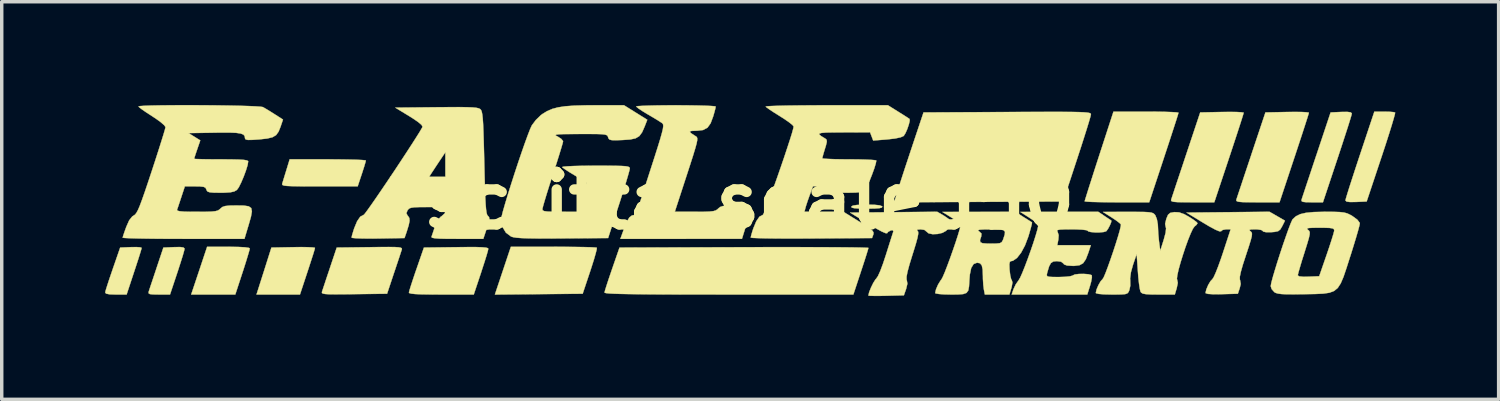
<source format=kicad_pcb>
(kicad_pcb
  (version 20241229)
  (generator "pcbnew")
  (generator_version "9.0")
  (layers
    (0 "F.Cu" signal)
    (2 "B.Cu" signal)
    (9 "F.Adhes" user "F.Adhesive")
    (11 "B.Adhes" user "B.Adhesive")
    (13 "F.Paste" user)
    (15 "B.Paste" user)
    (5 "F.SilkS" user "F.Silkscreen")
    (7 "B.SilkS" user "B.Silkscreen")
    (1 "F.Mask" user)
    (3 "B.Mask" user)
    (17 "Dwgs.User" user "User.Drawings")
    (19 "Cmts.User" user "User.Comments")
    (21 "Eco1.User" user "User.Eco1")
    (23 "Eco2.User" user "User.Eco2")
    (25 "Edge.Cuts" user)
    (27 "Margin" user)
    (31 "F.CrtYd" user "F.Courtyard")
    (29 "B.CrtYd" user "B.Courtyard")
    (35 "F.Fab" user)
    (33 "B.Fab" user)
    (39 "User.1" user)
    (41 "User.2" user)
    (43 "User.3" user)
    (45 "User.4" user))
  (footprint "scritta_scale550"
    (layer "F.Cu")
    (at 18.705 2.778)
    (property "Reference" "scritta_scale550" (at 0 0 0) (layer "F.SilkS") (effects (font (size 1.524 1.524) (thickness 0.3))))
    (attr through_hole)
    (fp_poly (pts (xy -14.835 1.343) (xy -14.636 1.354) (xy -14.525 1.371) (xy -14.501 1.388) (xy -14.515 1.448) (xy -14.553 1.578) (xy -14.609 1.762) (xy -14.679 1.983) (xy -14.711 2.081) (xy -14.922 2.725) (xy -16.203 2.725) (xy -15.971 2.032) (xy -15.74 1.339) (xy -15.121 1.339) (xy -14.835 1.343)) (stroke (width 0.01) (type solid)) (fill yes) (layer "F.SilkS"))
    (fp_poly (pts (xy -12.818 1.35) (xy -12.68 1.357) (xy -12.612 1.367) (xy -12.608 1.371) (xy -12.621 1.425) (xy -12.659 1.55) (xy -12.717 1.73) (xy -12.788 1.95) (xy -12.826 2.065) (xy -13.044 2.725) (xy -14.306 2.725) (xy -14.089 2.044) (xy -13.873 1.362) (xy -13.24 1.35) (xy -13.011 1.347) (xy -12.818 1.35)) (stroke (width 0.01) (type solid)) (fill yes) (layer "F.SilkS"))
    (fp_poly (pts (xy 3.646 0.12) (xy 3.79 0.135) (xy 3.86 0.161) (xy 3.868 0.173) (xy 3.853 0.201) (xy 3.781 0.218) (xy 3.639 0.228) (xy 3.417 0.231) (xy 3.195 0.228) (xy 3.053 0.218) (xy 2.981 0.201) (xy 2.967 0.173) (xy 3.013 0.143) (xy 3.131 0.124) (xy 3.33 0.116) (xy 3.417 0.115) (xy 3.646 0.12)) (stroke (width 0.01) (type solid)) (fill yes) (layer "F.SilkS"))
    (fp_poly (pts (xy -5.355 1.34) (xy -5.058 1.343) (xy -4.803 1.347) (xy -4.604 1.352) (xy -4.473 1.359) (xy -4.423 1.366) (xy -4.427 1.416) (xy -4.458 1.538) (xy -4.509 1.716) (xy -4.578 1.933) (xy -4.615 2.047) (xy -4.834 2.702) (xy -6.108 2.714) (xy -7.383 2.726) (xy -7.151 2.033) (xy -6.919 1.339) (xy -5.684 1.339) (xy -5.355 1.34)) (stroke (width 0.01) (type solid)) (fill yes) (layer "F.SilkS"))
    (fp_poly (pts (xy -17.685 1.354) (xy -17.641 1.37) (xy -17.641 1.37) (xy -17.655 1.424) (xy -17.693 1.55) (xy -17.75 1.73) (xy -17.822 1.95) (xy -17.86 2.065) (xy -18.078 2.725) (xy -18.391 2.725) (xy -18.573 2.719) (xy -18.674 2.699) (xy -18.7 2.667) (xy -18.685 2.604) (xy -18.644 2.472) (xy -18.584 2.288) (xy -18.509 2.068) (xy -18.481 1.986) (xy -18.265 1.362) (xy -17.953 1.349) (xy -17.797 1.347) (xy -17.685 1.354)) (stroke (width 0.01) (type solid)) (fill yes) (layer "F.SilkS"))
    (fp_poly (pts (xy -16.429 1.359) (xy -16.395 1.39) (xy -16.395 1.395) (xy -16.409 1.458) (xy -16.447 1.592) (xy -16.505 1.778) (xy -16.576 1.999) (xy -16.606 2.09) (xy -16.818 2.725) (xy -17.14 2.725) (xy -17.309 2.722) (xy -17.403 2.712) (xy -17.44 2.688) (xy -17.438 2.647) (xy -17.437 2.644) (xy -17.414 2.572) (xy -17.367 2.431) (xy -17.303 2.24) (xy -17.229 2.018) (xy -17.211 1.963) (xy -17.01 1.362) (xy -16.702 1.349) (xy -16.527 1.346) (xy -16.429 1.359)) (stroke (width 0.01) (type solid)) (fill yes) (layer "F.SilkS"))
    (fp_poly (pts (xy -11.928 -1.199) (xy -11.652 -1.195) (xy -11.422 -1.19) (xy -11.251 -1.182) (xy -11.151 -1.173) (xy -11.13 -1.166) (xy -11.144 -1.109) (xy -11.18 -0.988) (xy -11.232 -0.825) (xy -11.249 -0.774) (xy -11.368 -0.416) (xy -12.476 -0.416) (xy -12.824 -0.416) (xy -13.09 -0.418) (xy -13.285 -0.422) (xy -13.419 -0.428) (xy -13.503 -0.438) (xy -13.547 -0.453) (xy -13.562 -0.473) (xy -13.559 -0.496) (xy -13.533 -0.58) (xy -13.49 -0.721) (xy -13.438 -0.889) (xy -13.343 -1.201) (xy -12.236 -1.201) (xy -11.928 -1.199)) (stroke (width 0.01) (type solid)) (fill yes) (layer "F.SilkS"))
    (fp_poly (pts (xy 18.601 -2.582) (xy 18.715 -2.572) (xy 18.761 -2.56) (xy 18.753 -2.511) (xy 18.719 -2.386) (xy 18.663 -2.196) (xy 18.587 -1.952) (xy 18.495 -1.664) (xy 18.39 -1.345) (xy 18.36 -1.255) (xy 17.934 0.023) (xy 17.626 0.037) (xy 17.45 0.039) (xy 17.352 0.026) (xy 17.319 -0.004) (xy 17.318 -0.009) (xy 17.332 -0.067) (xy 17.372 -0.201) (xy 17.434 -0.399) (xy 17.515 -0.649) (xy 17.61 -0.941) (xy 17.716 -1.262) (xy 17.738 -1.328) (xy 18.157 -2.586) (xy 18.446 -2.586) (xy 18.601 -2.582)) (stroke (width 0.01) (type solid)) (fill yes) (layer "F.SilkS"))
    (fp_poly (pts (xy -7.931 1.347) (xy -7.757 1.353) (xy -7.646 1.363) (xy -7.588 1.378) (xy -7.574 1.396) (xy -7.588 1.459) (xy -7.626 1.592) (xy -7.684 1.778) (xy -7.756 1.999) (xy -7.785 2.09) (xy -7.997 2.725) (xy -8.94 2.725) (xy -9.274 2.723) (xy -9.525 2.719) (xy -9.701 2.711) (xy -9.813 2.699) (xy -9.869 2.683) (xy -9.88 2.667) (xy -9.864 2.604) (xy -9.823 2.472) (xy -9.763 2.288) (xy -9.689 2.068) (xy -9.66 1.986) (xy -9.444 1.362) (xy -8.509 1.35) (xy -8.179 1.347) (xy -7.931 1.347)) (stroke (width 0.01) (type solid)) (fill yes) (layer "F.SilkS"))
    (fp_poly (pts (xy 17.469 -2.566) (xy 17.503 -2.536) (xy 17.503 -2.531) (xy 17.489 -2.473) (xy 17.449 -2.339) (xy 17.387 -2.141) (xy 17.306 -1.891) (xy 17.211 -1.599) (xy 17.105 -1.278) (xy 17.083 -1.212) (xy 16.664 0.046) (xy 16.341 0.046) (xy 16.173 0.044) (xy 16.079 0.033) (xy 16.042 0.01) (xy 16.044 -0.032) (xy 16.045 -0.035) (xy 16.066 -0.098) (xy 16.112 -0.237) (xy 16.179 -0.44) (xy 16.264 -0.694) (xy 16.361 -0.987) (xy 16.468 -1.308) (xy 16.479 -1.339) (xy 16.887 -2.563) (xy 17.195 -2.577) (xy 17.371 -2.579) (xy 17.469 -2.566)) (stroke (width 0.01) (type solid)) (fill yes) (layer "F.SilkS"))
    (fp_poly (pts (xy 14.153 -2.576) (xy 14.291 -2.568) (xy 14.359 -2.558) (xy 14.363 -2.554) (xy 14.348 -2.503) (xy 14.309 -2.375) (xy 14.247 -2.182) (xy 14.167 -1.936) (xy 14.072 -1.647) (xy 13.966 -1.326) (xy 13.936 -1.236) (xy 13.509 0.046) (xy 12.871 0.046) (xy 12.617 0.045) (xy 12.441 0.042) (xy 12.331 0.033) (xy 12.273 0.018) (xy 12.254 -0.005) (xy 12.258 -0.035) (xy 12.279 -0.098) (xy 12.325 -0.237) (xy 12.392 -0.44) (xy 12.477 -0.694) (xy 12.575 -0.987) (xy 12.681 -1.307) (xy 12.692 -1.339) (xy 13.1 -2.563) (xy 13.731 -2.576) (xy 13.961 -2.578) (xy 14.153 -2.576)) (stroke (width 0.01) (type solid)) (fill yes) (layer "F.SilkS"))
    (fp_poly (pts (xy 16.046 -2.576) (xy 16.185 -2.568) (xy 16.252 -2.558) (xy 16.256 -2.554) (xy 16.242 -2.503) (xy 16.202 -2.375) (xy 16.14 -2.182) (xy 16.06 -1.936) (xy 15.965 -1.647) (xy 15.859 -1.326) (xy 15.829 -1.236) (xy 15.403 0.046) (xy 14.764 0.046) (xy 14.51 0.045) (xy 14.335 0.042) (xy 14.225 0.033) (xy 14.167 0.018) (xy 14.147 -0.005) (xy 14.151 -0.035) (xy 14.172 -0.098) (xy 14.218 -0.237) (xy 14.286 -0.44) (xy 14.37 -0.694) (xy 14.468 -0.987) (xy 14.575 -1.307) (xy 14.585 -1.339) (xy 14.994 -2.563) (xy 15.625 -2.576) (xy 15.854 -2.578) (xy 16.046 -2.576)) (stroke (width 0.01) (type solid)) (fill yes) (layer "F.SilkS"))
    (fp_poly (pts (xy -10.289 1.347) (xy -10.178 1.354) (xy -10.115 1.366) (xy -10.087 1.383) (xy -10.084 1.408) (xy -10.087 1.419) (xy -10.111 1.492) (xy -10.157 1.633) (xy -10.221 1.824) (xy -10.295 2.046) (xy -10.314 2.101) (xy -10.514 2.702) (xy -11.472 2.714) (xy -11.792 2.718) (xy -12.032 2.719) (xy -12.201 2.717) (xy -12.312 2.71) (xy -12.376 2.698) (xy -12.404 2.681) (xy -12.407 2.656) (xy -12.404 2.645) (xy -12.38 2.572) (xy -12.333 2.431) (xy -12.27 2.24) (xy -12.195 2.018) (xy -12.177 1.963) (xy -11.976 1.362) (xy -11.018 1.35) (xy -10.698 1.346) (xy -10.459 1.345) (xy -10.289 1.347)) (stroke (width 0.01) (type solid)) (fill yes) (layer "F.SilkS"))
    (fp_poly (pts (xy 9.162 -2.579) (xy 9.402 -2.577) (xy 9.586 -2.573) (xy 9.722 -2.567) (xy 9.816 -2.559) (xy 9.876 -2.549) (xy 9.91 -2.536) (xy 9.924 -2.521) (xy 9.926 -2.506) (xy 9.912 -2.442) (xy 9.872 -2.303) (xy 9.81 -2.1) (xy 9.73 -1.846) (xy 9.636 -1.553) (xy 9.531 -1.232) (xy 9.521 -1.201) (xy 9.118 0.023) (xy 4.21 0.047) (xy 4.321 -0.311) (xy 4.37 -0.466) (xy 4.442 -0.689) (xy 4.53 -0.959) (xy 4.629 -1.257) (xy 4.731 -1.564) (xy 4.748 -1.616) (xy 5.065 -2.563) (xy 7.497 -2.575) (xy 8.034 -2.578) (xy 8.485 -2.579) (xy 8.859 -2.58) (xy 9.162 -2.579)) (stroke (width 0.01) (type solid)) (fill yes) (layer "F.SilkS"))
    (fp_poly (pts (xy 11.809 -2.585) (xy 12.059 -2.581) (xy 12.261 -2.574) (xy 12.401 -2.566) (xy 12.466 -2.557) (xy 12.469 -2.554) (xy 12.455 -2.504) (xy 12.416 -2.377) (xy 12.354 -2.185) (xy 12.274 -1.939) (xy 12.18 -1.651) (xy 12.074 -1.33) (xy 12.044 -1.238) (xy 11.619 0.046) (xy 10.682 0.046) (xy 10.399 0.045) (xy 10.15 0.041) (xy 9.949 0.036) (xy 9.81 0.028) (xy 9.747 0.02) (xy 9.744 0.018) (xy 9.758 -0.031) (xy 9.797 -0.157) (xy 9.857 -0.349) (xy 9.936 -0.595) (xy 10.028 -0.884) (xy 10.132 -1.205) (xy 10.162 -1.298) (xy 10.581 -2.586) (xy 11.525 -2.586) (xy 11.809 -2.585)) (stroke (width 0.01) (type solid)) (fill yes) (layer "F.SilkS"))
    (fp_poly (pts (xy 1.466 1.349) (xy 1.932 1.35) (xy 2.348 1.352) (xy 2.71 1.354) (xy 3.008 1.357) (xy 3.238 1.361) (xy 3.391 1.366) (xy 3.46 1.37) (xy 3.464 1.372) (xy 3.45 1.425) (xy 3.412 1.55) (xy 3.355 1.73) (xy 3.283 1.949) (xy 3.245 2.065) (xy 3.027 2.725) (xy -0.588 2.725) (xy -1.276 2.724) (xy -1.876 2.724) (xy -2.395 2.722) (xy -2.836 2.72) (xy -3.205 2.716) (xy -3.508 2.712) (xy -3.748 2.707) (xy -3.931 2.701) (xy -4.063 2.694) (xy -4.148 2.685) (xy -4.191 2.675) (xy -4.199 2.667) (xy -4.184 2.604) (xy -4.143 2.472) (xy -4.083 2.288) (xy -4.008 2.068) (xy -3.98 1.986) (xy -3.764 1.362) (xy -0.15 1.351) (xy 0.419 1.349) (xy 0.96 1.349) (xy 1.466 1.349)) (stroke (width 0.01) (type solid)) (fill yes) (layer "F.SilkS"))
    (fp_poly (pts (xy 15.561 0.581) (xy 15.481 0.741) (xy 15.426 0.835) (xy 15.363 0.885) (xy 15.258 0.907) (xy 15.159 0.915) (xy 15.01 0.915) (xy 14.928 0.896) (xy 14.917 0.88) (xy 14.875 0.851) (xy 14.769 0.834) (xy 14.7 0.831) (xy 14.575 0.835) (xy 14.528 0.848) (xy 14.547 0.878) (xy 14.562 0.889) (xy 14.591 0.918) (xy 14.603 0.961) (xy 14.597 1.032) (xy 14.568 1.146) (xy 14.515 1.318) (xy 14.435 1.561) (xy 14.426 1.589) (xy 14.335 1.869) (xy 14.278 2.072) (xy 14.25 2.209) (xy 14.25 2.288) (xy 14.257 2.305) (xy 14.276 2.419) (xy 14.247 2.54) (xy 14.193 2.702) (xy 13.724 2.715) (xy 13.479 2.717) (xy 13.323 2.707) (xy 13.257 2.685) (xy 13.254 2.679) (xy 13.277 2.578) (xy 13.331 2.451) (xy 13.398 2.337) (xy 13.453 2.279) (xy 13.49 2.224) (xy 13.548 2.096) (xy 13.621 1.912) (xy 13.702 1.687) (xy 13.753 1.536) (xy 13.984 0.831) (xy 13.854 0.831) (xy 13.753 0.849) (xy 13.705 0.888) (xy 13.658 0.89) (xy 13.542 0.842) (xy 13.36 0.744) (xy 13.194 0.645) (xy 12.701 0.346) (xy 13.907 0.334) (xy 15.112 0.322) (xy 15.561 0.581)) (stroke (width 0.01) (type solid)) (fill yes) (layer "F.SilkS"))
    (fp_poly (pts (xy 5.667 0.442) (xy 5.801 0.535) (xy 5.848 0.609) (xy 5.845 0.631) (xy 5.821 0.717) (xy 5.819 0.741) (xy 5.788 0.799) (xy 5.718 0.876) (xy 5.613 0.934) (xy 5.474 0.967) (xy 5.33 0.973) (xy 5.213 0.949) (xy 5.156 0.901) (xy 5.09 0.848) (xy 4.978 0.832) (xy 4.883 0.84) (xy 4.878 0.865) (xy 4.889 0.873) (xy 4.91 0.904) (xy 4.91 0.968) (xy 4.889 1.079) (xy 4.843 1.248) (xy 4.769 1.489) (xy 4.743 1.571) (xy 4.655 1.857) (xy 4.599 2.066) (xy 4.572 2.207) (xy 4.572 2.288) (xy 4.578 2.304) (xy 4.596 2.41) (xy 4.559 2.563) (xy 4.494 2.748) (xy 3.979 2.761) (xy 3.773 2.765) (xy 3.606 2.764) (xy 3.497 2.761) (xy 3.464 2.755) (xy 3.485 2.66) (xy 3.538 2.526) (xy 3.605 2.389) (xy 3.669 2.287) (xy 3.692 2.263) (xy 3.742 2.189) (xy 3.81 2.039) (xy 3.889 1.827) (xy 3.974 1.57) (xy 4.046 1.341) (xy 4.109 1.142) (xy 4.157 0.991) (xy 4.185 0.904) (xy 4.189 0.892) (xy 4.174 0.857) (xy 4.116 0.862) (xy 4.034 0.907) (xy 4.009 0.944) (xy 3.966 0.944) (xy 3.855 0.897) (xy 3.685 0.805) (xy 3.465 0.674) (xy 3.464 0.673) (xy 2.933 0.346) (xy 4.197 0.334) (xy 5.462 0.322) (xy 5.667 0.442)) (stroke (width 0.01) (type solid)) (fill yes) (layer "F.SilkS"))
    (fp_poly (pts (xy 10.322 0.446) (xy 10.433 0.52) (xy 10.505 0.568) (xy 10.52 0.578) (xy 10.514 0.624) (xy 10.478 0.713) (xy 10.427 0.81) (xy 10.379 0.879) (xy 10.369 0.888) (xy 10.296 0.91) (xy 10.176 0.921) (xy 10.041 0.921) (xy 9.921 0.91) (xy 9.847 0.89) (xy 9.837 0.877) (xy 9.793 0.856) (xy 9.67 0.841) (xy 9.481 0.832) (xy 9.369 0.831) (xy 9.158 0.833) (xy 9.026 0.839) (xy 8.959 0.853) (xy 8.943 0.875) (xy 8.956 0.897) (xy 8.989 1) (xy 8.98 1.128) (xy 8.949 1.293) (xy 9.923 1.293) (xy 9.851 1.512) (xy 9.778 1.701) (xy 9.699 1.816) (xy 9.594 1.874) (xy 9.442 1.893) (xy 9.396 1.893) (xy 9.233 1.883) (xy 9.147 1.851) (xy 9.127 1.824) (xy 9.06 1.772) (xy 8.936 1.755) (xy 8.834 1.766) (xy 8.765 1.81) (xy 8.712 1.906) (xy 8.662 2.072) (xy 8.654 2.103) (xy 8.644 2.159) (xy 8.657 2.193) (xy 8.712 2.21) (xy 8.827 2.216) (xy 8.998 2.217) (xy 9.175 2.211) (xy 9.314 2.197) (xy 9.391 2.177) (xy 9.398 2.171) (xy 9.459 2.143) (xy 9.577 2.128) (xy 9.719 2.126) (xy 9.85 2.136) (xy 9.937 2.158) (xy 9.952 2.17) (xy 9.954 2.236) (xy 9.931 2.359) (xy 9.9 2.47) (xy 9.82 2.725) (xy 7.625 2.725) (xy 7.675 2.575) (xy 7.744 2.429) (xy 7.828 2.309) (xy 7.872 2.234) (xy 7.935 2.093) (xy 8.011 1.903) (xy 8.094 1.682) (xy 8.178 1.448) (xy 8.257 1.217) (xy 8.323 1.008) (xy 8.372 0.839) (xy 8.397 0.727) (xy 8.397 0.694) (xy 8.353 0.648) (xy 8.252 0.571) (xy 8.128 0.487) (xy 7.874 0.326) (xy 9.006 0.324) (xy 10.139 0.323) (xy 10.322 0.446)) (stroke (width 0.01) (type solid)) (fill yes) (layer "F.SilkS"))
    (fp_poly (pts (xy 16.981 0.324) (xy 17.153 0.33) (xy 17.275 0.344) (xy 17.369 0.369) (xy 17.454 0.409) (xy 17.524 0.45) (xy 17.661 0.55) (xy 17.729 0.639) (xy 17.734 0.664) (xy 17.72 0.734) (xy 17.682 0.876) (xy 17.624 1.076) (xy 17.55 1.319) (xy 17.466 1.589) (xy 17.455 1.62) (xy 17.349 1.953) (xy 17.262 2.21) (xy 17.181 2.4) (xy 17.094 2.534) (xy 16.989 2.621) (xy 16.852 2.673) (xy 16.673 2.699) (xy 16.438 2.71) (xy 16.135 2.715) (xy 16.117 2.715) (xy 15.825 2.719) (xy 15.61 2.718) (xy 15.459 2.711) (xy 15.356 2.697) (xy 15.287 2.676) (xy 15.252 2.655) (xy 15.174 2.566) (xy 15.148 2.483) (xy 15.162 2.397) (xy 15.202 2.243) (xy 15.224 2.168) (xy 15.933 2.168) (xy 15.975 2.198) (xy 16.103 2.21) (xy 16.244 2.207) (xy 16.556 2.194) (xy 16.772 1.57) (xy 16.85 1.34) (xy 16.916 1.136) (xy 16.965 0.977) (xy 16.99 0.881) (xy 16.992 0.866) (xy 16.983 0.828) (xy 16.943 0.804) (xy 16.855 0.791) (xy 16.701 0.786) (xy 16.57 0.785) (xy 16.373 0.787) (xy 16.256 0.793) (xy 16.206 0.806) (xy 16.209 0.829) (xy 16.231 0.847) (xy 16.264 0.877) (xy 16.28 0.916) (xy 16.278 0.98) (xy 16.255 1.085) (xy 16.208 1.246) (xy 16.136 1.477) (xy 16.125 1.513) (xy 16.054 1.737) (xy 15.996 1.932) (xy 15.954 2.078) (xy 15.934 2.16) (xy 15.933 2.168) (xy 15.224 2.168) (xy 15.262 2.038) (xy 15.336 1.797) (xy 15.419 1.538) (xy 15.505 1.278) (xy 15.59 1.033) (xy 15.666 0.819) (xy 15.73 0.654) (xy 15.775 0.554) (xy 15.787 0.536) (xy 15.882 0.451) (xy 16.005 0.391) (xy 16.172 0.352) (xy 16.398 0.33) (xy 16.698 0.323) (xy 16.738 0.323) (xy 16.981 0.324)) (stroke (width 0.01) (type solid)) (fill yes) (layer "F.SilkS"))
    (fp_poly (pts (xy -1.809 -2.769) (xy -1.526 -2.765) (xy -1.289 -2.759) (xy -1.109 -2.751) (xy -0.999 -2.742) (xy -0.97 -2.733) (xy -0.982 -2.671) (xy -1.014 -2.551) (xy -1.042 -2.453) (xy -1.118 -2.248) (xy -1.21 -2.12) (xy -1.337 -2.052) (xy -1.517 -2.031) (xy -1.536 -2.031) (xy -1.671 -2.026) (xy -1.724 -2.008) (xy -1.695 -1.966) (xy -1.585 -1.893) (xy -1.542 -1.867) (xy -1.518 -1.846) (xy -1.506 -1.811) (xy -1.508 -1.751) (xy -1.527 -1.656) (xy -1.566 -1.515) (xy -1.626 -1.317) (xy -1.711 -1.051) (xy -1.81 -0.747) (xy -2.159 0.323) (xy -1.572 0.323) (xy -1.325 0.322) (xy -1.154 0.316) (xy -1.041 0.304) (xy -0.969 0.283) (xy -0.92 0.251) (xy -0.901 0.231) (xy -0.844 0.184) (xy -0.764 0.156) (xy -0.639 0.142) (xy -0.444 0.139) (xy -0.437 0.139) (xy -0.22 0.142) (xy -0.078 0.163) (xy -0.002 0.216) (xy 0.016 0.313) (xy -0.014 0.471) (xy -0.078 0.688) (xy -0.208 1.107) (xy -1.974 1.108) (xy -3.739 1.108) (xy -3.628 0.801) (xy -3.549 0.606) (xy -3.478 0.487) (xy -3.403 0.429) (xy -3.337 0.416) (xy -3.283 0.406) (xy -3.279 0.401) (xy -3.265 0.354) (xy -3.227 0.232) (xy -3.167 0.043) (xy -3.089 -0.201) (xy -2.997 -0.488) (xy -2.894 -0.808) (xy -2.863 -0.904) (xy -2.743 -1.276) (xy -2.65 -1.569) (xy -2.581 -1.794) (xy -2.534 -1.961) (xy -2.505 -2.079) (xy -2.494 -2.158) (xy -2.496 -2.208) (xy -2.511 -2.238) (xy -2.528 -2.254) (xy -2.605 -2.304) (xy -2.737 -2.386) (xy -2.899 -2.482) (xy -2.944 -2.508) (xy -3.096 -2.6) (xy -3.213 -2.678) (xy -3.274 -2.728) (xy -3.278 -2.736) (xy -3.234 -2.746) (xy -3.11 -2.754) (xy -2.919 -2.761) (xy -2.672 -2.767) (xy -2.382 -2.77) (xy -2.124 -2.771) (xy -1.809 -2.769)) (stroke (width 0.01) (type solid)) (fill yes) (layer "F.SilkS"))
    (fp_poly (pts (xy 11.274 0.325) (xy 11.471 0.327) (xy 11.605 0.335) (xy 11.691 0.348) (xy 11.744 0.37) (xy 11.779 0.402) (xy 11.797 0.426) (xy 11.841 0.535) (xy 11.869 0.69) (xy 11.873 0.761) (xy 11.882 0.959) (xy 11.902 1.169) (xy 11.909 1.224) (xy 11.94 1.455) (xy 12.041 1.133) (xy 12.095 0.932) (xy 12.109 0.802) (xy 12.097 0.759) (xy 12.081 0.673) (xy 12.116 0.526) (xy 12.166 0.409) (xy 12.23 0.354) (xy 12.341 0.333) (xy 12.351 0.332) (xy 12.487 0.339) (xy 12.634 0.391) (xy 12.774 0.469) (xy 12.903 0.552) (xy 12.993 0.62) (xy 13.023 0.654) (xy 12.99 0.703) (xy 12.934 0.75) (xy 12.887 0.816) (xy 12.824 0.949) (xy 12.75 1.132) (xy 12.672 1.347) (xy 12.596 1.576) (xy 12.527 1.8) (xy 12.471 2.002) (xy 12.435 2.164) (xy 12.423 2.268) (xy 12.43 2.294) (xy 12.449 2.387) (xy 12.418 2.537) (xy 12.362 2.725) (xy 11.886 2.725) (xy 11.666 2.723) (xy 11.521 2.714) (xy 11.433 2.698) (xy 11.385 2.669) (xy 11.367 2.644) (xy 11.347 2.566) (xy 11.324 2.419) (xy 11.303 2.226) (xy 11.29 2.055) (xy 11.255 1.547) (xy 11.149 1.859) (xy 11.088 2.077) (xy 11.064 2.254) (xy 11.067 2.321) (xy 11.069 2.47) (xy 11.042 2.598) (xy 11.017 2.655) (xy 10.983 2.692) (xy 10.922 2.713) (xy 10.814 2.722) (xy 10.641 2.725) (xy 10.531 2.725) (xy 10.307 2.72) (xy 10.151 2.707) (xy 10.074 2.687) (xy 10.068 2.677) (xy 10.09 2.578) (xy 10.144 2.452) (xy 10.21 2.338) (xy 10.264 2.279) (xy 10.297 2.226) (xy 10.35 2.102) (xy 10.417 1.925) (xy 10.493 1.712) (xy 10.572 1.482) (xy 10.647 1.252) (xy 10.713 1.04) (xy 10.764 0.863) (xy 10.793 0.74) (xy 10.798 0.69) (xy 10.754 0.646) (xy 10.654 0.57) (xy 10.529 0.487) (xy 10.275 0.326) (xy 11 0.324) (xy 11.274 0.325)) (stroke (width 0.01) (type solid)) (fill yes) (layer "F.SilkS"))
    (fp_poly (pts (xy 7.962 0.471) (xy 8.09 0.551) (xy 8.182 0.609) (xy 8.215 0.63) (xy 8.21 0.677) (xy 8.181 0.791) (xy 8.135 0.953) (xy 8.107 1.046) (xy 8.011 1.3) (xy 7.898 1.51) (xy 7.779 1.663) (xy 7.661 1.745) (xy 7.609 1.755) (xy 7.572 1.774) (xy 7.557 1.845) (xy 7.562 1.986) (xy 7.565 2.02) (xy 7.583 2.169) (xy 7.609 2.277) (xy 7.63 2.314) (xy 7.647 2.376) (xy 7.625 2.503) (xy 7.616 2.534) (xy 7.559 2.725) (xy 6.846 2.725) (xy 6.818 2.58) (xy 6.801 2.447) (xy 6.79 2.275) (xy 6.789 2.192) (xy 6.782 1.997) (xy 6.756 1.877) (xy 6.704 1.817) (xy 6.621 1.801) (xy 6.521 1.838) (xy 6.45 1.952) (xy 6.409 2.148) (xy 6.396 2.309) (xy 6.386 2.489) (xy 6.364 2.608) (xy 6.312 2.678) (xy 6.216 2.712) (xy 6.057 2.724) (xy 5.86 2.725) (xy 5.666 2.721) (xy 5.514 2.71) (xy 5.422 2.694) (xy 5.403 2.682) (xy 5.428 2.573) (xy 5.488 2.435) (xy 5.564 2.312) (xy 5.585 2.286) (xy 5.622 2.218) (xy 5.681 2.081) (xy 5.754 1.893) (xy 5.836 1.672) (xy 5.919 1.437) (xy 5.998 1.207) (xy 6.065 0.999) (xy 6.108 0.856) (xy 6.647 0.856) (xy 6.658 0.877) (xy 6.679 0.891) (xy 6.748 0.956) (xy 6.74 1.039) (xy 6.705 1.143) (xy 6.714 1.205) (xy 6.779 1.236) (xy 6.916 1.246) (xy 7.015 1.247) (xy 7.183 1.245) (xy 7.282 1.234) (xy 7.336 1.203) (xy 7.369 1.145) (xy 7.385 1.101) (xy 7.424 0.98) (xy 7.43 0.902) (xy 7.39 0.857) (xy 7.291 0.838) (xy 7.119 0.833) (xy 7.008 0.833) (xy 6.811 0.835) (xy 6.695 0.842) (xy 6.647 0.856) (xy 6.108 0.856) (xy 6.115 0.833) (xy 6.14 0.727) (xy 6.142 0.708) (xy 6.106 0.658) (xy 6.01 0.579) (xy 5.877 0.49) (xy 5.611 0.326) (xy 6.669 0.325) (xy 7.727 0.323) (xy 7.962 0.471)) (stroke (width 0.01) (type solid)) (fill yes) (layer "F.SilkS"))
    (fp_poly (pts (xy -8.2 -2.715) (xy -8.041 -2.709) (xy -7.931 -2.699) (xy -7.86 -2.684) (xy -7.817 -2.665) (xy -7.804 -2.655) (xy -7.782 -2.627) (xy -7.764 -2.579) (xy -7.749 -2.503) (xy -7.736 -2.389) (xy -7.725 -2.227) (xy -7.716 -2.007) (xy -7.707 -1.72) (xy -7.697 -1.356) (xy -7.691 -1.097) (xy -7.681 -0.679) (xy -7.671 -0.343) (xy -7.662 -0.082) (xy -7.651 0.115) (xy -7.639 0.256) (xy -7.625 0.351) (xy -7.609 0.409) (xy -7.589 0.438) (xy -7.586 0.441) (xy -7.552 0.478) (xy -7.544 0.534) (xy -7.564 0.632) (xy -7.615 0.794) (xy -7.617 0.801) (xy -7.72 1.108) (xy -8.483 1.108) (xy -8.776 1.107) (xy -8.987 1.102) (xy -9.126 1.092) (xy -9.202 1.077) (xy -9.226 1.057) (xy -9.225 1.051) (xy -9.199 0.977) (xy -9.156 0.848) (xy -9.123 0.747) (xy -9.043 0.563) (xy -8.952 0.462) (xy -8.931 0.451) (xy -8.839 0.368) (xy -8.821 0.293) (xy -8.824 0.246) (xy -8.844 0.215) (xy -8.897 0.197) (xy -8.998 0.188) (xy -9.165 0.185) (xy -9.341 0.185) (xy -9.569 0.186) (xy -9.722 0.192) (xy -9.819 0.206) (xy -9.876 0.23) (xy -9.912 0.268) (xy -9.919 0.279) (xy -9.954 0.363) (xy -9.919 0.432) (xy -9.907 0.444) (xy -9.869 0.502) (xy -9.861 0.584) (xy -9.885 0.708) (xy -9.943 0.896) (xy -9.952 0.924) (xy -10.008 1.085) (xy -10.777 1.098) (xy -11.031 1.1) (xy -11.25 1.097) (xy -11.419 1.091) (xy -11.521 1.081) (xy -11.545 1.072) (xy -11.532 1.008) (xy -11.497 0.89) (xy -11.47 0.805) (xy -11.384 0.597) (xy -11.293 0.465) (xy -11.201 0.416) (xy -11.197 0.416) (xy -11.162 0.379) (xy -11.084 0.275) (xy -10.971 0.116) (xy -10.83 -0.087) (xy -10.668 -0.324) (xy -10.492 -0.584) (xy -10.419 -0.693) (xy -9.293 -0.693) (xy -8.821 -0.693) (xy -8.821 -1.407) (xy -8.975 -1.177) (xy -9.075 -1.027) (xy -9.167 -0.887) (xy -9.211 -0.82) (xy -9.293 -0.693) (xy -10.419 -0.693) (xy -10.31 -0.855) (xy -10.13 -1.127) (xy -9.958 -1.389) (xy -9.802 -1.629) (xy -9.669 -1.837) (xy -9.566 -2.001) (xy -9.502 -2.111) (xy -9.484 -2.146) (xy -9.512 -2.2) (xy -9.616 -2.288) (xy -9.79 -2.406) (xy -9.868 -2.454) (xy -10.275 -2.702) (xy -9.079 -2.714) (xy -8.708 -2.717) (xy -8.419 -2.718) (xy -8.2 -2.715)) (stroke (width 0.01) (type solid)) (fill yes) (layer "F.SilkS"))
    (fp_poly (pts (xy -3.296 -2.561) (xy -2.958 -2.35) (xy -3.033 -2.157) (xy -3.107 -1.988) (xy -3.188 -1.877) (xy -3.297 -1.811) (xy -3.456 -1.777) (xy -3.676 -1.762) (xy -3.868 -1.755) (xy -3.986 -1.758) (xy -4.052 -1.774) (xy -4.083 -1.807) (xy -4.096 -1.842) (xy -4.108 -1.878) (xy -4.135 -1.903) (xy -4.188 -1.92) (xy -4.281 -1.931) (xy -4.427 -1.936) (xy -4.639 -1.937) (xy -4.912 -1.937) (xy -5.198 -1.935) (xy -5.401 -1.933) (xy -5.533 -1.927) (xy -5.603 -1.918) (xy -5.622 -1.904) (xy -5.601 -1.884) (xy -5.553 -1.859) (xy -5.454 -1.794) (xy -5.405 -1.732) (xy -5.403 -1.724) (xy -5.417 -1.663) (xy -5.456 -1.529) (xy -5.515 -1.335) (xy -5.59 -1.096) (xy -5.678 -0.825) (xy -5.703 -0.746) (xy -5.794 -0.467) (xy -5.873 -0.215) (xy -5.937 -0.004) (xy -5.982 0.152) (xy -6.003 0.238) (xy -6.004 0.247) (xy -5.993 0.281) (xy -5.95 0.303) (xy -5.861 0.315) (xy -5.71 0.321) (xy -5.484 0.323) (xy -4.965 0.322) (xy -4.835 -0.098) (xy -4.78 -0.279) (xy -4.74 -0.424) (xy -4.72 -0.512) (xy -4.719 -0.529) (xy -4.763 -0.556) (xy -4.867 -0.618) (xy -5.012 -0.704) (xy -5.069 -0.738) (xy -5.226 -0.833) (xy -5.35 -0.914) (xy -5.421 -0.966) (xy -5.43 -0.976) (xy -5.394 -0.988) (xy -5.277 -0.998) (xy -5.093 -1.007) (xy -4.852 -1.013) (xy -4.568 -1.016) (xy -4.459 -1.016) (xy -4.131 -1.016) (xy -3.883 -1.013) (xy -3.706 -1.009) (xy -3.586 -1.001) (xy -3.514 -0.988) (xy -3.478 -0.97) (xy -3.465 -0.946) (xy -3.465 -0.935) (xy -3.479 -0.869) (xy -3.518 -0.729) (xy -3.577 -0.529) (xy -3.653 -0.283) (xy -3.741 -0.005) (xy -3.78 0.115) (xy -4.095 1.085) (xy -5.43 1.095) (xy -5.84 1.098) (xy -6.168 1.097) (xy -6.423 1.093) (xy -6.615 1.086) (xy -6.755 1.075) (xy -6.851 1.06) (xy -6.913 1.041) (xy -7.063 0.929) (xy -7.166 0.758) (xy -7.204 0.558) (xy -7.204 0.556) (xy -7.19 0.468) (xy -7.149 0.306) (xy -7.086 0.087) (xy -7.006 -0.178) (xy -6.914 -0.472) (xy -6.814 -0.783) (xy -6.711 -1.095) (xy -6.609 -1.395) (xy -6.514 -1.668) (xy -6.429 -1.9) (xy -6.36 -2.078) (xy -6.311 -2.185) (xy -6.307 -2.192) (xy -6.195 -2.341) (xy -6.051 -2.481) (xy -6.005 -2.516) (xy -5.868 -2.6) (xy -5.721 -2.664) (xy -5.549 -2.71) (xy -5.338 -2.742) (xy -5.072 -2.761) (xy -4.739 -2.77) (xy -4.485 -2.771) (xy -3.633 -2.771) (xy -3.296 -2.561)) (stroke (width 0.01) (type solid)) (fill yes) (layer "F.SilkS"))
    (fp_poly (pts (xy 4.336 -2.58) (xy 4.483 -2.488) (xy 4.596 -2.416) (xy 4.655 -2.376) (xy 4.659 -2.373) (xy 4.663 -2.318) (xy 4.637 -2.21) (xy 4.593 -2.081) (xy 4.541 -1.962) (xy 4.492 -1.884) (xy 4.486 -1.878) (xy 4.399 -1.84) (xy 4.239 -1.806) (xy 4.025 -1.781) (xy 4.007 -1.779) (xy 3.603 -1.747) (xy 3.558 -1.866) (xy 3.512 -1.986) (xy 2.737 -1.984) (xy 2.444 -1.983) (xy 2.235 -1.979) (xy 2.103 -1.968) (xy 2.04 -1.95) (xy 2.039 -1.92) (xy 2.092 -1.876) (xy 2.191 -1.816) (xy 2.215 -1.802) (xy 2.25 -1.769) (xy 2.256 -1.709) (xy 2.23 -1.6) (xy 2.203 -1.513) (xy 2.16 -1.371) (xy 2.132 -1.267) (xy 2.124 -1.231) (xy 2.168 -1.221) (xy 2.289 -1.213) (xy 2.473 -1.206) (xy 2.703 -1.202) (xy 2.909 -1.201) (xy 3.167 -1.199) (xy 3.389 -1.193) (xy 3.561 -1.185) (xy 3.667 -1.175) (xy 3.695 -1.166) (xy 3.677 -1.076) (xy 3.632 -0.93) (xy 3.569 -0.757) (xy 3.499 -0.581) (xy 3.432 -0.432) (xy 3.379 -0.334) (xy 3.366 -0.318) (xy 3.307 -0.275) (xy 3.223 -0.248) (xy 3.091 -0.235) (xy 2.89 -0.231) (xy 2.863 -0.231) (xy 2.666 -0.232) (xy 2.543 -0.24) (xy 2.478 -0.257) (xy 2.452 -0.287) (xy 2.448 -0.323) (xy 2.438 -0.373) (xy 2.396 -0.401) (xy 2.301 -0.413) (xy 2.151 -0.416) (xy 1.854 -0.416) (xy 1.76 -0.164) (xy 1.702 -0.002) (xy 1.655 0.141) (xy 1.636 0.206) (xy 1.606 0.323) (xy 2.738 0.323) (xy 3.191 0.603) (xy 3.386 0.726) (xy 3.513 0.813) (xy 3.585 0.875) (xy 3.613 0.925) (xy 3.61 0.972) (xy 3.606 0.984) (xy 3.569 1.085) (xy 1.807 1.097) (xy 1.414 1.099) (xy 1.052 1.099) (xy 0.73 1.097) (xy 0.458 1.093) (xy 0.248 1.087) (xy 0.107 1.081) (xy 0.048 1.072) (xy 0.046 1.071) (xy 0.06 1.008) (xy 0.094 0.89) (xy 0.122 0.805) (xy 0.208 0.597) (xy 0.3 0.464) (xy 0.392 0.416) (xy 0.396 0.416) (xy 0.422 0.374) (xy 0.471 0.258) (xy 0.541 0.08) (xy 0.625 -0.145) (xy 0.719 -0.406) (xy 0.82 -0.688) (xy 0.921 -0.979) (xy 1.019 -1.265) (xy 1.108 -1.533) (xy 1.185 -1.769) (xy 1.245 -1.961) (xy 1.282 -2.096) (xy 1.293 -2.155) (xy 1.256 -2.201) (xy 1.156 -2.28) (xy 1.01 -2.381) (xy 0.899 -2.451) (xy 0.73 -2.557) (xy 0.592 -2.648) (xy 0.503 -2.712) (xy 0.48 -2.732) (xy 0.519 -2.741) (xy 0.641 -2.749) (xy 0.836 -2.756) (xy 1.093 -2.762) (xy 1.404 -2.766) (xy 1.759 -2.769) (xy 2.147 -2.771) (xy 2.244 -2.771) (xy 4.031 -2.771) (xy 4.336 -2.58)) (stroke (width 0.01) (type solid)) (fill yes) (layer "F.SilkS"))
    (fp_poly (pts (xy -16.161 -2.773) (xy -15.808 -2.771) (xy -15.459 -2.768) (xy -15.125 -2.763) (xy -14.82 -2.757) (xy -14.555 -2.749) (xy -14.342 -2.74) (xy -14.194 -2.73) (xy -14.121 -2.719) (xy -14.119 -2.718) (xy -14.026 -2.664) (xy -13.89 -2.581) (xy -13.778 -2.51) (xy -13.537 -2.356) (xy -13.606 -2.152) (xy -13.665 -2.005) (xy -13.737 -1.905) (xy -13.841 -1.843) (xy -13.996 -1.805) (xy -14.224 -1.78) (xy -14.236 -1.779) (xy -14.433 -1.766) (xy -14.555 -1.764) (xy -14.618 -1.777) (xy -14.639 -1.805) (xy -14.64 -1.814) (xy -14.65 -1.876) (xy -14.688 -1.921) (xy -14.767 -1.951) (xy -14.896 -1.97) (xy -15.089 -1.978) (xy -15.357 -1.978) (xy -15.523 -1.975) (xy -16.279 -1.963) (xy -16.109 -1.857) (xy -15.939 -1.751) (xy -16.028 -1.492) (xy -16.076 -1.351) (xy -16.108 -1.251) (xy -16.117 -1.217) (xy -16.074 -1.211) (xy -15.953 -1.207) (xy -15.769 -1.203) (xy -15.539 -1.201) (xy -15.332 -1.201) (xy -15.035 -1.199) (xy -14.819 -1.194) (xy -14.673 -1.185) (xy -14.588 -1.171) (xy -14.551 -1.151) (xy -14.547 -1.14) (xy -14.565 -1.032) (xy -14.613 -0.875) (xy -14.679 -0.697) (xy -14.752 -0.526) (xy -14.821 -0.388) (xy -14.876 -0.312) (xy -14.952 -0.268) (xy -15.066 -0.243) (xy -15.239 -0.232) (xy -15.355 -0.231) (xy -15.545 -0.233) (xy -15.661 -0.243) (xy -15.725 -0.264) (xy -15.754 -0.301) (xy -15.761 -0.323) (xy -15.786 -0.374) (xy -15.842 -0.402) (xy -15.95 -0.414) (xy -16.086 -0.416) (xy -16.387 -0.416) (xy -16.49 -0.104) (xy -16.544 0.059) (xy -16.588 0.191) (xy -16.614 0.264) (xy -16.614 0.266) (xy -16.602 0.29) (xy -16.536 0.307) (xy -16.405 0.318) (xy -16.2 0.323) (xy -16.037 0.323) (xy -15.788 0.322) (xy -15.615 0.317) (xy -15.5 0.305) (xy -15.427 0.285) (xy -15.378 0.253) (xy -15.355 0.231) (xy -15.299 0.184) (xy -15.219 0.156) (xy -15.093 0.142) (xy -14.899 0.139) (xy -14.892 0.139) (xy -14.675 0.142) (xy -14.534 0.163) (xy -14.459 0.215) (xy -14.44 0.313) (xy -14.468 0.47) (xy -14.53 0.688) (xy -14.656 1.108) (xy -16.426 1.108) (xy -16.82 1.107) (xy -17.183 1.105) (xy -17.506 1.101) (xy -17.778 1.096) (xy -17.99 1.09) (xy -18.131 1.083) (xy -18.191 1.075) (xy -18.193 1.074) (xy -18.177 1.015) (xy -18.137 0.897) (xy -18.089 0.763) (xy -18.003 0.569) (xy -17.913 0.457) (xy -17.872 0.431) (xy -17.834 0.405) (xy -17.796 0.357) (xy -17.752 0.278) (xy -17.7 0.159) (xy -17.636 -0.012) (xy -17.554 -0.243) (xy -17.452 -0.545) (xy -17.352 -0.846) (xy -17.247 -1.167) (xy -17.152 -1.462) (xy -17.071 -1.718) (xy -17.007 -1.924) (xy -16.965 -2.067) (xy -16.949 -2.136) (xy -16.949 -2.138) (xy -16.986 -2.192) (xy -17.086 -2.279) (xy -17.233 -2.386) (xy -17.34 -2.456) (xy -17.505 -2.563) (xy -17.636 -2.653) (xy -17.716 -2.716) (xy -17.733 -2.736) (xy -17.689 -2.747) (xy -17.565 -2.756) (xy -17.372 -2.763) (xy -17.124 -2.768) (xy -16.831 -2.771) (xy -16.506 -2.773) (xy -16.161 -2.773)) (stroke (width 0.01) (type solid)) (fill yes) (layer "F.SilkS")))
  (gr_rect
    (start -3 -3)
    (end 40.471 8.547)
    (stroke (width 0.1) (type default))
    (fill no)
    (layer "Edge.Cuts")))
</source>
